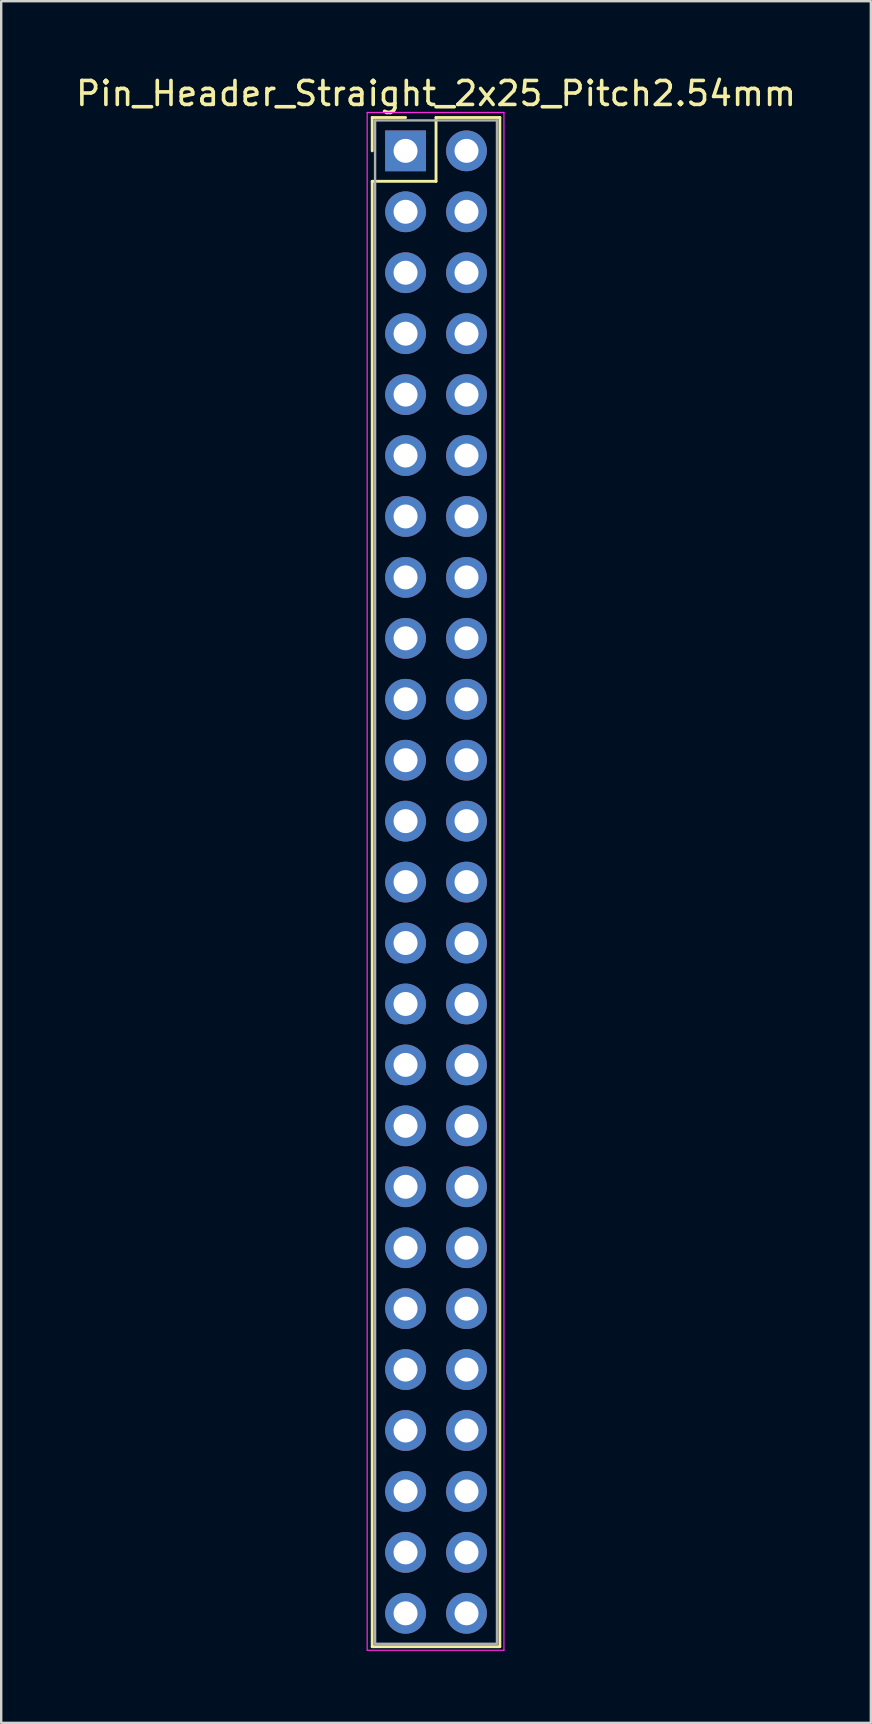
<source format=kicad_pcb>
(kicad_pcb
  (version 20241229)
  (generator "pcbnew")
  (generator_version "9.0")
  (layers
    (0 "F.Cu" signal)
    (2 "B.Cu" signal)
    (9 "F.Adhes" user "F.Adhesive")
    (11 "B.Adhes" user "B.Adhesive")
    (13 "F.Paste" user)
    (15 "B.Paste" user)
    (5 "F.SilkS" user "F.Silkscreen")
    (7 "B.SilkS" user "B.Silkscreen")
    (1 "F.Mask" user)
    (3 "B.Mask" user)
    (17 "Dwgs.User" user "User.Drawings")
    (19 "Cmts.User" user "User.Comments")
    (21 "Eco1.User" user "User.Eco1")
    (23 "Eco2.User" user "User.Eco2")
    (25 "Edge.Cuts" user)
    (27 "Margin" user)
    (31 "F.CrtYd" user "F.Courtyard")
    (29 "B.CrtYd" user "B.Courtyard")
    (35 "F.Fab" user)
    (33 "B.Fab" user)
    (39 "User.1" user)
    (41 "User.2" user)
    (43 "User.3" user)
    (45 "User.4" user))
  (footprint "Pin_Header_Straight_2x25_Pitch2.54mm"
    (layer "F.Cu")
    (at 13.855 3.238)
    (property "Reference" "Pin_Header_Straight_2x25_Pitch2.54mm" (at 1.27 -2.39 0) (layer "F.SilkS") (effects (font (size 1 1) (thickness 0.15))))
    (attr through_hole)
    (fp_line (start -1.39 -1.39) (end 0 -1.39) (stroke (width 0.12) (type solid)) (layer "F.SilkS"))
    (fp_line (start -1.39 0) (end -1.39 -1.39) (stroke (width 0.12) (type solid)) (layer "F.SilkS"))
    (fp_line (start -1.39 1.27) (end -1.39 62.35) (stroke (width 0.12) (type solid)) (layer "F.SilkS"))
    (fp_line (start -1.39 62.35) (end 3.93 62.35) (stroke (width 0.12) (type solid)) (layer "F.SilkS"))
    (fp_line (start 1.27 -1.39) (end 1.27 1.27) (stroke (width 0.12) (type solid)) (layer "F.SilkS"))
    (fp_line (start 1.27 1.27) (end -1.39 1.27) (stroke (width 0.12) (type solid)) (layer "F.SilkS"))
    (fp_line (start 3.93 -1.39) (end 1.27 -1.39) (stroke (width 0.12) (type solid)) (layer "F.SilkS"))
    (fp_line (start 3.93 62.35) (end 3.93 -1.39) (stroke (width 0.12) (type solid)) (layer "F.SilkS"))
    (fp_line (start -1.6 -1.6) (end -1.6 62.5) (stroke (width 0.05) (type solid)) (layer "F.CrtYd"))
    (fp_line (start -1.6 62.5) (end 4.1 62.5) (stroke (width 0.05) (type solid)) (layer "F.CrtYd"))
    (fp_line (start 4.1 -1.6) (end -1.6 -1.6) (stroke (width 0.05) (type solid)) (layer "F.CrtYd"))
    (fp_line (start 4.1 62.5) (end 4.1 -1.6) (stroke (width 0.05) (type solid)) (layer "F.CrtYd"))
    (fp_line (start -1.27 -1.27) (end -1.27 62.23) (stroke (width 0.1) (type solid)) (layer "F.Fab"))
    (fp_line (start -1.27 62.23) (end 3.81 62.23) (stroke (width 0.1) (type solid)) (layer "F.Fab"))
    (fp_line (start 3.81 -1.27) (end -1.27 -1.27) (stroke (width 0.1) (type solid)) (layer "F.Fab"))
    (fp_line (start 3.81 62.23) (end 3.81 -1.27) (stroke (width 0.1) (type solid)) (layer "F.Fab"))
    (pad "1" thru_hole rect (at 0 0) (size 1.7 1.7) (drill 1) (layers "*.Cu" "*.Mask"))
    (pad "2" thru_hole oval (at 2.54 0) (size 1.7 1.7) (drill 1) (layers "*.Cu" "*.Mask"))
    (pad "3" thru_hole oval (at 0 2.54) (size 1.7 1.7) (drill 1) (layers "*.Cu" "*.Mask"))
    (pad "4" thru_hole oval (at 2.54 2.54) (size 1.7 1.7) (drill 1) (layers "*.Cu" "*.Mask"))
    (pad "5" thru_hole oval (at 0 5.08) (size 1.7 1.7) (drill 1) (layers "*.Cu" "*.Mask"))
    (pad "6" thru_hole oval (at 2.54 5.08) (size 1.7 1.7) (drill 1) (layers "*.Cu" "*.Mask"))
    (pad "7" thru_hole oval (at 0 7.62) (size 1.7 1.7) (drill 1) (layers "*.Cu" "*.Mask"))
    (pad "8" thru_hole oval (at 2.54 7.62) (size 1.7 1.7) (drill 1) (layers "*.Cu" "*.Mask"))
    (pad "9" thru_hole oval (at 0 10.16) (size 1.7 1.7) (drill 1) (layers "*.Cu" "*.Mask"))
    (pad "10" thru_hole oval (at 2.54 10.16) (size 1.7 1.7) (drill 1) (layers "*.Cu" "*.Mask"))
    (pad "11" thru_hole oval (at 0 12.7) (size 1.7 1.7) (drill 1) (layers "*.Cu" "*.Mask"))
    (pad "12" thru_hole oval (at 2.54 12.7) (size 1.7 1.7) (drill 1) (layers "*.Cu" "*.Mask"))
    (pad "13" thru_hole oval (at 0 15.24) (size 1.7 1.7) (drill 1) (layers "*.Cu" "*.Mask"))
    (pad "14" thru_hole oval (at 2.54 15.24) (size 1.7 1.7) (drill 1) (layers "*.Cu" "*.Mask"))
    (pad "15" thru_hole oval (at 0 17.78) (size 1.7 1.7) (drill 1) (layers "*.Cu" "*.Mask"))
    (pad "16" thru_hole oval (at 2.54 17.78) (size 1.7 1.7) (drill 1) (layers "*.Cu" "*.Mask"))
    (pad "17" thru_hole oval (at 0 20.32) (size 1.7 1.7) (drill 1) (layers "*.Cu" "*.Mask"))
    (pad "18" thru_hole oval (at 2.54 20.32) (size 1.7 1.7) (drill 1) (layers "*.Cu" "*.Mask"))
    (pad "19" thru_hole oval (at 0 22.86) (size 1.7 1.7) (drill 1) (layers "*.Cu" "*.Mask"))
    (pad "20" thru_hole oval (at 2.54 22.86) (size 1.7 1.7) (drill 1) (layers "*.Cu" "*.Mask"))
    (pad "21" thru_hole oval (at 0 25.4) (size 1.7 1.7) (drill 1) (layers "*.Cu" "*.Mask"))
    (pad "22" thru_hole oval (at 2.54 25.4) (size 1.7 1.7) (drill 1) (layers "*.Cu" "*.Mask"))
    (pad "23" thru_hole oval (at 0 27.94) (size 1.7 1.7) (drill 1) (layers "*.Cu" "*.Mask"))
    (pad "24" thru_hole oval (at 2.54 27.94) (size 1.7 1.7) (drill 1) (layers "*.Cu" "*.Mask"))
    (pad "25" thru_hole oval (at 0 30.48) (size 1.7 1.7) (drill 1) (layers "*.Cu" "*.Mask"))
    (pad "26" thru_hole oval (at 2.54 30.48) (size 1.7 1.7) (drill 1) (layers "*.Cu" "*.Mask"))
    (pad "27" thru_hole oval (at 0 33.02) (size 1.7 1.7) (drill 1) (layers "*.Cu" "*.Mask"))
    (pad "28" thru_hole oval (at 2.54 33.02) (size 1.7 1.7) (drill 1) (layers "*.Cu" "*.Mask"))
    (pad "29" thru_hole oval (at 0 35.56) (size 1.7 1.7) (drill 1) (layers "*.Cu" "*.Mask"))
    (pad "30" thru_hole oval (at 2.54 35.56) (size 1.7 1.7) (drill 1) (layers "*.Cu" "*.Mask"))
    (pad "31" thru_hole oval (at 0 38.1) (size 1.7 1.7) (drill 1) (layers "*.Cu" "*.Mask"))
    (pad "32" thru_hole oval (at 2.54 38.1) (size 1.7 1.7) (drill 1) (layers "*.Cu" "*.Mask"))
    (pad "33" thru_hole oval (at 0 40.64) (size 1.7 1.7) (drill 1) (layers "*.Cu" "*.Mask"))
    (pad "34" thru_hole oval (at 2.54 40.64) (size 1.7 1.7) (drill 1) (layers "*.Cu" "*.Mask"))
    (pad "35" thru_hole oval (at 0 43.18) (size 1.7 1.7) (drill 1) (layers "*.Cu" "*.Mask"))
    (pad "36" thru_hole oval (at 2.54 43.18) (size 1.7 1.7) (drill 1) (layers "*.Cu" "*.Mask"))
    (pad "37" thru_hole oval (at 0 45.72) (size 1.7 1.7) (drill 1) (layers "*.Cu" "*.Mask"))
    (pad "38" thru_hole oval (at 2.54 45.72) (size 1.7 1.7) (drill 1) (layers "*.Cu" "*.Mask"))
    (pad "39" thru_hole oval (at 0 48.26) (size 1.7 1.7) (drill 1) (layers "*.Cu" "*.Mask"))
    (pad "40" thru_hole oval (at 2.54 48.26) (size 1.7 1.7) (drill 1) (layers "*.Cu" "*.Mask"))
    (pad "41" thru_hole oval (at 0 50.8) (size 1.7 1.7) (drill 1) (layers "*.Cu" "*.Mask"))
    (pad "42" thru_hole oval (at 2.54 50.8) (size 1.7 1.7) (drill 1) (layers "*.Cu" "*.Mask"))
    (pad "43" thru_hole oval (at 0 53.34) (size 1.7 1.7) (drill 1) (layers "*.Cu" "*.Mask"))
    (pad "44" thru_hole oval (at 2.54 53.34) (size 1.7 1.7) (drill 1) (layers "*.Cu" "*.Mask"))
    (pad "45" thru_hole oval (at 0 55.88) (size 1.7 1.7) (drill 1) (layers "*.Cu" "*.Mask"))
    (pad "46" thru_hole oval (at 2.54 55.88) (size 1.7 1.7) (drill 1) (layers "*.Cu" "*.Mask"))
    (pad "47" thru_hole oval (at 0 58.42) (size 1.7 1.7) (drill 1) (layers "*.Cu" "*.Mask"))
    (pad "48" thru_hole oval (at 2.54 58.42) (size 1.7 1.7) (drill 1) (layers "*.Cu" "*.Mask"))
    (pad "49" thru_hole oval (at 0 60.96) (size 1.7 1.7) (drill 1) (layers "*.Cu" "*.Mask"))
    (pad "50" thru_hole oval (at 2.54 60.96) (size 1.7 1.7) (drill 1) (layers "*.Cu" "*.Mask")))
  (gr_rect
    (start -3 -3)
    (end 33.25 68.763)
    (stroke (width 0.1) (type default))
    (fill no)
    (layer "Edge.Cuts")))
</source>
